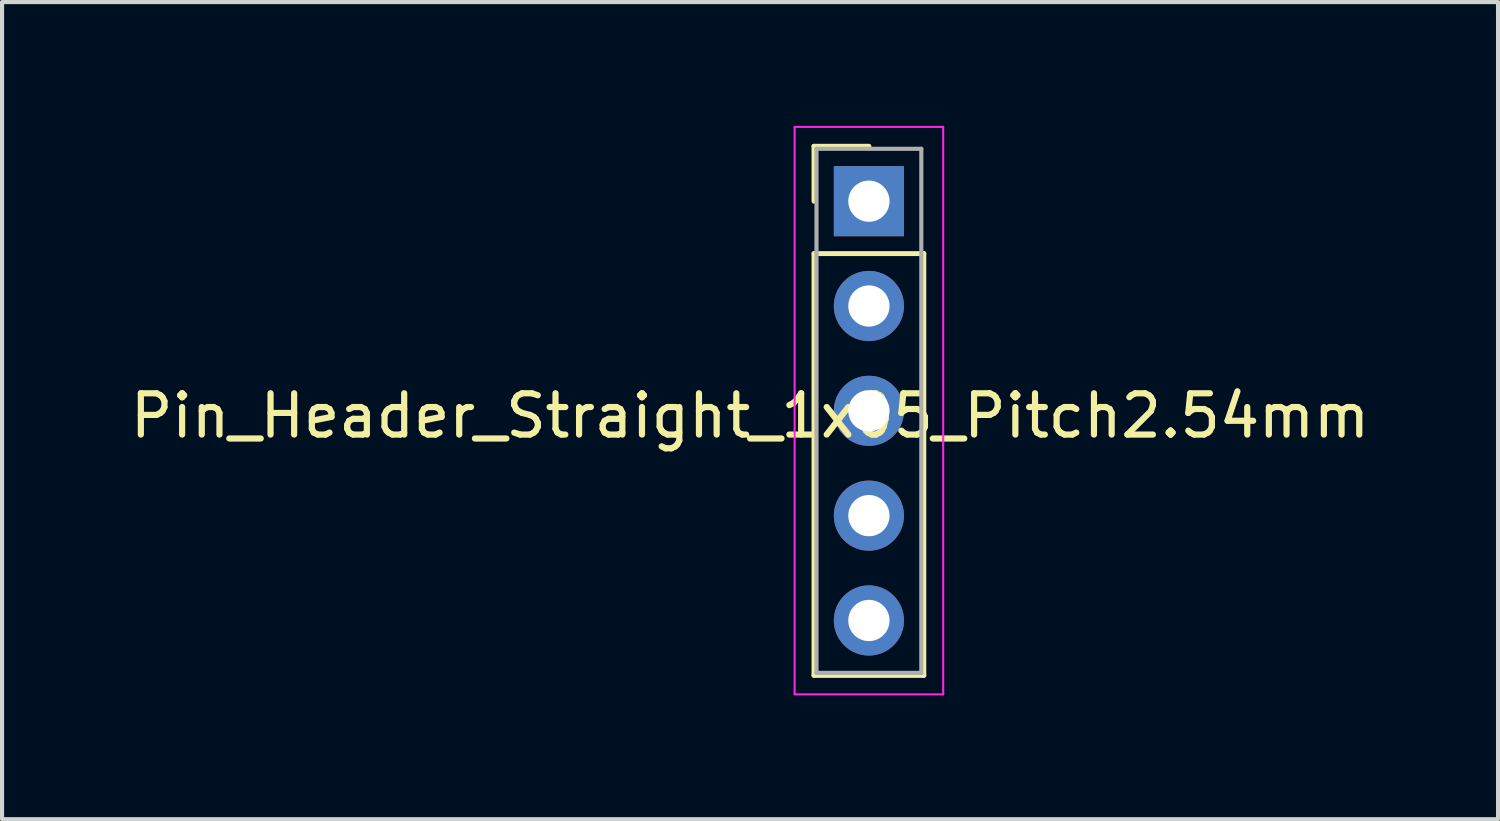
<source format=kicad_pcb>
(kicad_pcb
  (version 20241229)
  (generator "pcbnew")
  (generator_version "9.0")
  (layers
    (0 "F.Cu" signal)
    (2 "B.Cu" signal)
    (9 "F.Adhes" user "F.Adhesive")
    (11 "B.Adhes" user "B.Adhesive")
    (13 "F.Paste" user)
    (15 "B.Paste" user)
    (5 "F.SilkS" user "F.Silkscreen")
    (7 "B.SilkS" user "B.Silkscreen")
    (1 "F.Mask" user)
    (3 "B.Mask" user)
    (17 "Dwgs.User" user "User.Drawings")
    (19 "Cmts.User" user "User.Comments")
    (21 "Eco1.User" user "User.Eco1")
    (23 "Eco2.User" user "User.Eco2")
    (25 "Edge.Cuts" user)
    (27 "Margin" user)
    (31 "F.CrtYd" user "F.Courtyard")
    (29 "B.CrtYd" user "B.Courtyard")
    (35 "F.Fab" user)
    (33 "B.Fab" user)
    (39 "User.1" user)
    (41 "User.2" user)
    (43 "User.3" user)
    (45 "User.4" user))
  (footprint "Pin_Header_Straight_1x05_Pitch2.54mm"
    (layer "F.Cu")
    (at 18.005 1.825)
    (property "Reference" "Pin_Header_Straight_1x05_Pitch2.54mm" (at -2.88 5.2 0) (layer "F.SilkS") (effects (font (size 1 1) (thickness 0.15))))
    (attr through_hole)
    (fp_line (start -1.33 -1.33) (end 0 -1.33) (stroke (width 0.12) (type solid)) (layer "F.SilkS"))
    (fp_line (start -1.33 0) (end -1.33 -1.33) (stroke (width 0.12) (type solid)) (layer "F.SilkS"))
    (fp_line (start -1.33 1.27) (end -1.33 11.49) (stroke (width 0.12) (type solid)) (layer "F.SilkS"))
    (fp_line (start -1.33 11.49) (end 1.33 11.49) (stroke (width 0.12) (type solid)) (layer "F.SilkS"))
    (fp_line (start 1.33 1.27) (end -1.33 1.27) (stroke (width 0.12) (type solid)) (layer "F.SilkS"))
    (fp_line (start 1.33 11.49) (end 1.33 1.27) (stroke (width 0.12) (type solid)) (layer "F.SilkS"))
    (fp_line (start -1.8 -1.8) (end -1.8 11.95) (stroke (width 0.05) (type solid)) (layer "F.CrtYd"))
    (fp_line (start -1.8 11.95) (end 1.8 11.95) (stroke (width 0.05) (type solid)) (layer "F.CrtYd"))
    (fp_line (start 1.8 -1.8) (end -1.8 -1.8) (stroke (width 0.05) (type solid)) (layer "F.CrtYd"))
    (fp_line (start 1.8 11.95) (end 1.8 -1.8) (stroke (width 0.05) (type solid)) (layer "F.CrtYd"))
    (fp_line (start -1.27 -1.27) (end -1.27 11.43) (stroke (width 0.1) (type solid)) (layer "F.Fab"))
    (fp_line (start -1.27 11.43) (end 1.27 11.43) (stroke (width 0.1) (type solid)) (layer "F.Fab"))
    (fp_line (start 1.27 -1.27) (end -1.27 -1.27) (stroke (width 0.1) (type solid)) (layer "F.Fab"))
    (fp_line (start 1.27 11.43) (end 1.27 -1.27) (stroke (width 0.1) (type solid)) (layer "F.Fab"))
    (pad "1" thru_hole rect (at 0 0) (size 1.7 1.7) (drill 1) (layers "*.Cu" "*.Mask"))
    (pad "2" thru_hole oval (at 0 2.54) (size 1.7 1.7) (drill 1) (layers "*.Cu" "*.Mask"))
    (pad "3" thru_hole oval (at 0 5.08) (size 1.7 1.7) (drill 1) (layers "*.Cu" "*.Mask"))
    (pad "4" thru_hole oval (at 0 7.62) (size 1.7 1.7) (drill 1) (layers "*.Cu" "*.Mask"))
    (pad "5" thru_hole oval (at 0 10.16) (size 1.7 1.7) (drill 1) (layers "*.Cu" "*.Mask")))
  (gr_rect
    (start -3 -3)
    (end 33.25 16.8)
    (stroke (width 0.1) (type default))
    (fill no)
    (layer "Edge.Cuts")))
</source>
